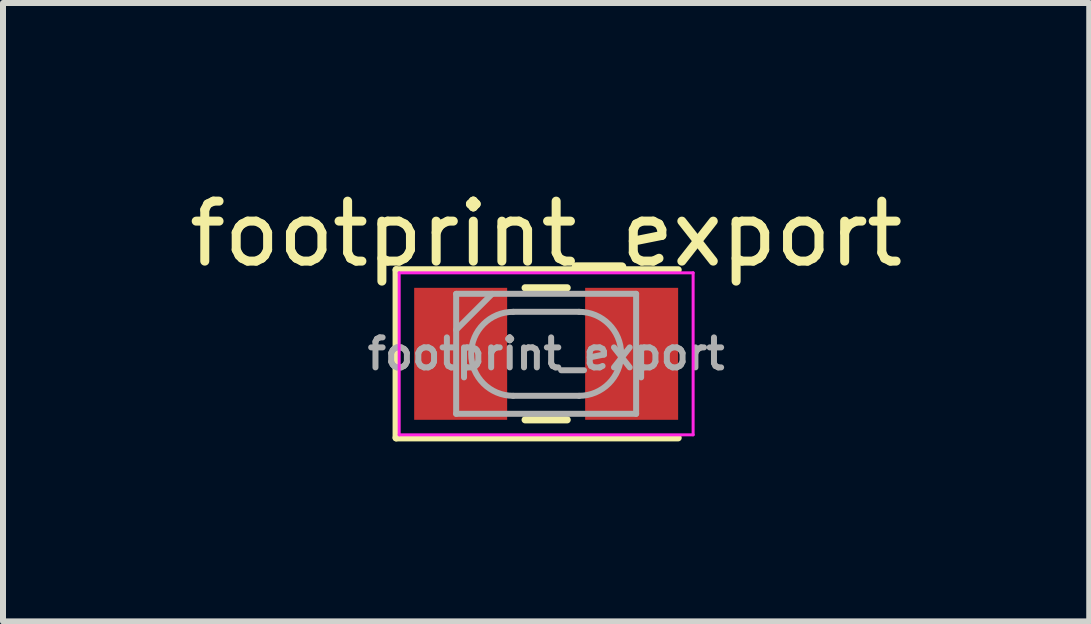
<source format=kicad_pcb>
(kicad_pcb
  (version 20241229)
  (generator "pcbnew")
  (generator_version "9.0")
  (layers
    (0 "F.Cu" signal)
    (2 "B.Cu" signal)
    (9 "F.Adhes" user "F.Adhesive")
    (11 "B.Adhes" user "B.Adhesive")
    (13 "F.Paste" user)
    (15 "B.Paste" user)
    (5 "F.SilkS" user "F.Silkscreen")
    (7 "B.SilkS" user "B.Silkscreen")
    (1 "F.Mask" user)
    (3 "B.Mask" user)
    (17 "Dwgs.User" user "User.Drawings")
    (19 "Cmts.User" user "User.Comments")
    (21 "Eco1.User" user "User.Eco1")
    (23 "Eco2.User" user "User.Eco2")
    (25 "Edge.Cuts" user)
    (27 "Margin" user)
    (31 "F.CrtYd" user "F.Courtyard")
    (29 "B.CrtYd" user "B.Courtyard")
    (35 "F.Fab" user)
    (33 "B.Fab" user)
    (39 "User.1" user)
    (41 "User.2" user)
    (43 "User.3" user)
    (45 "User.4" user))
  (footprint "footprint_export"
    (layer "F.Cu")
    (at 6.054 2.848)
    (property "Reference" "footprint_export" (at 0 -2 0) (layer "F.SilkS") (effects (font (size 1 1) (thickness 0.15))))
    (attr smd)
    (fp_line (start -2.5 -1.4) (end -2.5 1.4) (stroke (width 0.12) (type solid)) (layer "F.SilkS"))
    (fp_line (start -2.5 1.4) (end 2.2 1.4) (stroke (width 0.12) (type solid)) (layer "F.SilkS"))
    (fp_line (start 0.35 -1.1) (end -0.35 -1.1) (stroke (width 0.12) (type solid)) (layer "F.SilkS"))
    (fp_line (start 0.35 1.1) (end -0.35 1.1) (stroke (width 0.12) (type solid)) (layer "F.SilkS"))
    (fp_line (start 2.2 -1.4) (end -2.5 -1.4) (stroke (width 0.12) (type solid)) (layer "F.SilkS"))
    (fp_line (start -2.45 -1.35) (end 2.45 -1.35) (stroke (width 0.05) (type solid)) (layer "F.CrtYd"))
    (fp_line (start -2.45 1.35) (end -2.45 -1.35) (stroke (width 0.05) (type solid)) (layer "F.CrtYd"))
    (fp_line (start 2.45 -1.35) (end 2.45 1.35) (stroke (width 0.05) (type solid)) (layer "F.CrtYd"))
    (fp_line (start 2.45 1.35) (end -2.45 1.35) (stroke (width 0.05) (type solid)) (layer "F.CrtYd"))
    (fp_line (start -1.5 -1) (end -1.5 1) (stroke (width 0.1) (type solid)) (layer "F.Fab"))
    (fp_line (start -1.5 -0.4) (end -0.9 -1) (stroke (width 0.1) (type solid)) (layer "F.Fab"))
    (fp_line (start -1.5 1) (end 1.5 1) (stroke (width 0.1) (type solid)) (layer "F.Fab"))
    (fp_line (start -0.55 -0.7) (end 0.55 -0.7) (stroke (width 0.1) (type solid)) (layer "F.Fab"))
    (fp_line (start -0.55 0.7) (end 0.55 0.7) (stroke (width 0.1) (type solid)) (layer "F.Fab"))
    (fp_line (start 1.5 -1) (end -1.5 -1) (stroke (width 0.1) (type solid)) (layer "F.Fab"))
    (fp_line (start 1.5 1) (end 1.5 -1) (stroke (width 0.1) (type solid)) (layer "F.Fab"))
    (fp_arc (start -0.55 0.7) (mid -1.25 0) (end -0.55 -0.7) (stroke (width 0.1) (type solid)) (layer "F.Fab"))
    (fp_arc (start 0.55 -0.7) (mid 1.25 0) (end 0.55 0.7) (stroke (width 0.1) (type solid)) (layer "F.Fab"))
    (fp_text user "${REFERENCE}" (at 0 0 0) (layer "F.Fab") (effects (font (size 0.5 0.5) (thickness 0.1))))
    (pad "1" smd rect (at -1.425 0) (size 1.55 2.2) (layers "F.Cu" "F.Mask" "F.Paste"))
    (pad "2" smd rect (at 1.425 0) (size 1.55 2.2) (layers "F.Cu" "F.Mask" "F.Paste")))
  (gr_rect
    (start -3 -3)
    (end 15.107 7.308)
    (stroke (width 0.1) (type default))
    (fill no)
    (layer "Edge.Cuts")))
</source>
